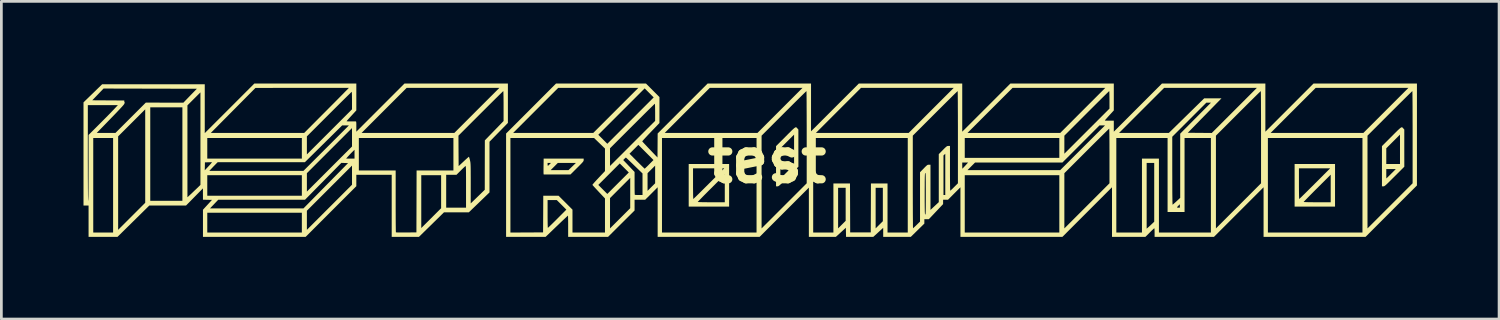
<source format=kicad_pcb>
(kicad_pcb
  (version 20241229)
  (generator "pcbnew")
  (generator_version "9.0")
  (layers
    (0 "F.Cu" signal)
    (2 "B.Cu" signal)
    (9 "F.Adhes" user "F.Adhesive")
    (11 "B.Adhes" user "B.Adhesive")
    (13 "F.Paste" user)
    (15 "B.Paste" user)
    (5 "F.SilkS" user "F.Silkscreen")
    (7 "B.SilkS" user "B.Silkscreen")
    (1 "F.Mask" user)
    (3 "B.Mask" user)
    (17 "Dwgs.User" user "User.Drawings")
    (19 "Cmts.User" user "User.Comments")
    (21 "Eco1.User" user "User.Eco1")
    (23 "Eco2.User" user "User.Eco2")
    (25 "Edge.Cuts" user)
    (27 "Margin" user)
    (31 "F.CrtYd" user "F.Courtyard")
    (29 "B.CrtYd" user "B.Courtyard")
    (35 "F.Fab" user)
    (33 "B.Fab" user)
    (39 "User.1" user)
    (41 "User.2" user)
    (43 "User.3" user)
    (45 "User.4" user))
  (footprint "test"
    (layer "F.Cu")
    (at 24.965 2.808)
    (property "Reference" "test" (at 0 0 0) (layer "F.SilkS") (effects (font (size 1.524 1.524) (thickness 0.3))))
    (attr board_only exclude_from_pos_files exclude_from_bom)
    (fp_poly (pts (xy -6.696 -0.015) (xy -6.697 0.001) (xy -6.701 0.017) (xy -6.71 0.035) (xy -6.727 0.058) (xy -6.753 0.088) (xy -6.791 0.128) (xy -6.843 0.181) (xy -6.91 0.249) (xy -6.937 0.275) (xy -7.177 0.514) (xy -7.667 0.514) (xy -8.157 0.514) (xy -8.161 0.484) (xy -8.163 0.462) (xy -8.163 0.419) (xy -8.163 0.358) (xy -8.163 0.356) (xy -7.902 0.356) (xy -7.252 0.356) (xy -6.979 0.093) (xy -7.639 0.092) (xy -7.77 0.224) (xy -7.902 0.356) (xy -8.163 0.356) (xy -8.163 0.284) (xy -8.162 0.203) (xy -8.162 0.194) (xy -8.161 0.145) (xy -8.014 0.145) (xy -8.012 0.178) (xy -8.006 0.196) (xy -8.004 0.198) (xy -7.989 0.189) (xy -7.964 0.167) (xy -7.942 0.145) (xy -7.89 0.092) (xy -8.014 0.092) (xy -8.014 0.145) (xy -8.161 0.145) (xy -8.158 -0.066) (xy -6.696 -0.066)) (stroke (width 0) (type solid)) (fill yes) (layer "F.SilkS"))
    (fp_poly (pts (xy -1.384 1.687) (xy -2.86 1.687) (xy -2.86 1.519) (xy -2.531 1.519) (xy -2.518 1.521) (xy -2.482 1.523) (xy -2.425 1.525) (xy -2.351 1.527) (xy -2.261 1.528) (xy -2.16 1.529) (xy -2.05 1.529) (xy -2.036 1.529) (xy -1.542 1.529) (xy -1.542 0.521) (xy -2.036 1.015) (xy -2.131 1.109) (xy -2.219 1.198) (xy -2.3 1.279) (xy -2.371 1.352) (xy -2.431 1.414) (xy -2.479 1.463) (xy -2.512 1.498) (xy -2.529 1.516) (xy -2.531 1.519) (xy -2.86 1.519) (xy -2.86 0.85) (xy -2.702 0.85) (xy -2.702 0.969) (xy -2.701 1.079) (xy -2.7 1.178) (xy -2.699 1.263) (xy -2.697 1.331) (xy -2.695 1.379) (xy -2.693 1.406) (xy -2.692 1.41) (xy -2.681 1.401) (xy -2.654 1.375) (xy -2.61 1.334) (xy -2.554 1.278) (xy -2.485 1.211) (xy -2.406 1.132) (xy -2.318 1.045) (xy -2.223 0.95) (xy -2.122 0.85) (xy -1.562 0.29) (xy -2.702 0.29) (xy -2.702 0.85) (xy -2.86 0.85) (xy -2.86 0.132) (xy -1.384 0.132)) (stroke (width 0) (type solid)) (fill yes) (layer "F.SilkS"))
    (fp_poly (pts (xy 20.747 1.687) (xy 19.271 1.687) (xy 19.271 1.519) (xy 19.6 1.519) (xy 19.613 1.521) (xy 19.649 1.523) (xy 19.706 1.525) (xy 19.78 1.527) (xy 19.87 1.528) (xy 19.971 1.529) (xy 20.081 1.529) (xy 20.095 1.529) (xy 20.589 1.529) (xy 20.589 0.521) (xy 20.095 1.015) (xy 20 1.109) (xy 19.912 1.198) (xy 19.832 1.279) (xy 19.76 1.352) (xy 19.7 1.414) (xy 19.652 1.463) (xy 19.619 1.498) (xy 19.602 1.516) (xy 19.6 1.519) (xy 19.271 1.519) (xy 19.271 0.85) (xy 19.429 0.85) (xy 19.429 0.969) (xy 19.43 1.079) (xy 19.431 1.178) (xy 19.432 1.263) (xy 19.434 1.331) (xy 19.436 1.379) (xy 19.438 1.406) (xy 19.439 1.41) (xy 19.45 1.401) (xy 19.478 1.375) (xy 19.521 1.334) (xy 19.577 1.278) (xy 19.646 1.211) (xy 19.726 1.132) (xy 19.813 1.045) (xy 19.909 0.95) (xy 20.009 0.85) (xy 20.569 0.29) (xy 19.429 0.29) (xy 19.429 0.85) (xy 19.271 0.85) (xy 19.271 0.132) (xy 20.747 0.132)) (stroke (width 0) (type solid)) (fill yes) (layer "F.SilkS"))
    (fp_poly (pts (xy 1.076 -1.203) (xy 1.09 -1.19) (xy 1.106 -1.172) (xy 1.116 -1.16) (xy 1.146 -1.127) (xy 1.146 -0.448) (xy 1.147 0.231) (xy 0.787 0.59) (xy 0.696 0.681) (xy 0.621 0.756) (xy 0.561 0.815) (xy 0.513 0.861) (xy 0.476 0.895) (xy 0.448 0.919) (xy 0.426 0.934) (xy 0.409 0.944) (xy 0.395 0.948) (xy 0.382 0.949) (xy 0.379 0.949) (xy 0.33 0.949) (xy 0.33 0.488) (xy 0.488 0.488) (xy 0.488 0.551) (xy 0.489 0.604) (xy 0.49 0.642) (xy 0.491 0.659) (xy 0.491 0.659) (xy 0.501 0.65) (xy 0.527 0.626) (xy 0.565 0.588) (xy 0.613 0.541) (xy 0.666 0.488) (xy 0.837 0.316) (xy 0.488 0.316) (xy 0.488 0.488) (xy 0.33 0.488) (xy 0.33 0.132) (xy 0.488 0.132) (xy 0.989 0.132) (xy 0.989 -0.942) (xy 0.488 -0.442) (xy 0.488 0.132) (xy 0.33 0.132) (xy 0.33 -0.521) (xy 0.685 -0.876) (xy 0.776 -0.968) (xy 0.851 -1.042) (xy 0.911 -1.102) (xy 0.959 -1.146) (xy 0.996 -1.178) (xy 1.024 -1.198) (xy 1.045 -1.208) (xy 1.062 -1.209)) (stroke (width 0) (type solid)) (fill yes) (layer "F.SilkS"))
    (fp_poly (pts (xy 23.207 -1.203) (xy 23.221 -1.19) (xy 23.237 -1.172) (xy 23.247 -1.16) (xy 23.277 -1.127) (xy 23.277 -0.448) (xy 23.278 0.231) (xy 22.919 0.59) (xy 22.827 0.681) (xy 22.752 0.756) (xy 22.692 0.815) (xy 22.644 0.861) (xy 22.607 0.895) (xy 22.579 0.919) (xy 22.557 0.934) (xy 22.54 0.944) (xy 22.526 0.948) (xy 22.513 0.949) (xy 22.51 0.949) (xy 22.461 0.949) (xy 22.461 0.488) (xy 22.619 0.488) (xy 22.619 0.551) (xy 22.62 0.604) (xy 22.621 0.642) (xy 22.622 0.659) (xy 22.622 0.659) (xy 22.632 0.65) (xy 22.658 0.626) (xy 22.696 0.588) (xy 22.744 0.541) (xy 22.797 0.488) (xy 22.968 0.316) (xy 22.619 0.316) (xy 22.619 0.488) (xy 22.461 0.488) (xy 22.461 0.132) (xy 22.619 0.132) (xy 23.12 0.132) (xy 23.12 -0.942) (xy 22.619 -0.442) (xy 22.619 0.132) (xy 22.461 0.132) (xy 22.461 -0.521) (xy 22.816 -0.876) (xy 22.907 -0.968) (xy 22.982 -1.042) (xy 23.043 -1.102) (xy 23.09 -1.146) (xy 23.127 -1.178) (xy 23.155 -1.198) (xy 23.176 -1.208) (xy 23.193 -1.209)) (stroke (width 0) (type solid)) (fill yes) (layer "F.SilkS"))
    (fp_poly (pts (xy -15 -1.826) (xy -15.178 -1.632) (xy -15.232 -1.573) (xy -15.28 -1.52) (xy -15.318 -1.477) (xy -15.344 -1.446) (xy -15.356 -1.431) (xy -15.356 -1.43) (xy -15.344 -1.427) (xy -15.31 -1.425) (xy -15.261 -1.424) (xy -15.208 -1.424) (xy -15.145 -1.424) (xy -15.089 -1.424) (xy -15.048 -1.424) (xy -15.03 -1.424) (xy -15.018 -1.423) (xy -15.01 -1.418) (xy -15.005 -1.404) (xy -15.002 -1.378) (xy -15 -1.336) (xy -15 -1.273) (xy -15 -1.236) (xy -15 -1.048) (xy -13.24 -2.808) (xy -9.464 -2.808) (xy -9.464 -1.368) (xy -9.8 -1.025) (xy -10.136 -0.681) (xy -10.136 1.17) (xy -10.513 1.534) (xy -10.891 1.898) (xy -11.799 1.898) (xy -12.256 2.346) (xy -12.713 2.794) (xy -13.708 2.794) (xy -13.708 0.527) (xy -15 0.527) (xy -15 0.943) (xy -15.926 1.868) (xy -16.852 2.794) (xy -20.602 2.794) (xy -20.602 2.636) (xy -20.444 2.636) (xy -16.99 2.636) (xy -16.99 2.537) (xy -16.806 2.537) (xy -15.982 1.714) (xy -15.158 0.89) (xy -15.158 0.369) (xy -14.908 0.369) (xy -13.563 0.369) (xy -13.563 1.494) (xy -13.563 1.664) (xy -13.563 1.826) (xy -13.562 1.979) (xy -13.562 2.12) (xy -13.561 2.248) (xy -13.56 2.361) (xy -13.559 2.456) (xy -13.558 2.533) (xy -13.557 2.588) (xy -13.555 2.62) (xy -13.554 2.628) (xy -13.539 2.63) (xy -13.501 2.632) (xy -13.444 2.633) (xy -13.371 2.634) (xy -13.284 2.634) (xy -13.189 2.633) (xy -13.175 2.633) (xy -12.805 2.63) (xy -12.805 2.471) (xy -12.628 2.471) (xy -12.265 2.109) (xy -11.903 1.747) (xy -11.903 1.727) (xy -11.718 1.727) (xy -10.993 1.727) (xy -10.993 0.962) (xy -10.993 0.801) (xy -10.993 0.664) (xy -10.994 0.549) (xy -10.994 0.455) (xy -10.995 0.38) (xy -10.996 0.321) (xy -10.998 0.277) (xy -11 0.246) (xy -11.002 0.225) (xy -11.005 0.213) (xy -11.009 0.209) (xy -11.014 0.208) (xy -11.016 0.21) (xy -11.033 0.223) (xy -11.064 0.252) (xy -11.107 0.292) (xy -11.157 0.341) (xy -11.191 0.375) (xy -11.342 0.527) (xy -11.718 0.527) (xy -11.718 1.727) (xy -11.903 1.727) (xy -11.903 0.54) (xy -12.628 0.54) (xy -12.628 2.471) (xy -12.805 2.471) (xy -12.802 1.499) (xy -12.799 0.369) (xy -11.454 0.369) (xy -11.454 -0.817) (xy -14.908 -0.817) (xy -14.908 0.369) (xy -15.158 0.369) (xy -15.158 0.191) (xy -15.982 1.015) (xy -16.806 1.839) (xy -16.806 2.537) (xy -16.99 2.537) (xy -16.99 1.911) (xy -20.444 1.911) (xy -20.444 2.636) (xy -20.602 2.636) (xy -20.602 1.804) (xy -20.556 1.753) (xy -20.344 1.753) (xy -16.93 1.753) (xy -16.116 0.926) (xy -15.302 0.099) (xy -15.424 0.095) (xy -15.547 0.091) (xy -16.874 1.437) (xy -20.043 1.437) (xy -20.121 1.519) (xy -20.17 1.57) (xy -20.223 1.626) (xy -20.27 1.675) (xy -20.272 1.677) (xy -20.344 1.753) (xy -20.556 1.753) (xy -20.437 1.623) (xy -20.272 1.443) (xy -20.437 1.44) (xy -20.602 1.436) (xy -20.602 1.292) (xy -20.444 1.292) (xy -16.99 1.292) (xy -16.99 1.14) (xy -16.806 1.14) (xy -15.982 0.316) (xy -15.6 -0.066) (xy -15.372 -0.066) (xy -15.066 -0.066) (xy -15.066 -0.388) (xy -15.153 -0.303) (xy -15.202 -0.253) (xy -15.254 -0.198) (xy -15.299 -0.149) (xy -15.306 -0.142) (xy -15.372 -0.066) (xy -15.6 -0.066) (xy -15.158 -0.507) (xy -15.158 -0.903) (xy -11.27 -0.903) (xy -11.267 -0.347) (xy -11.263 0.209) (xy -11.081 0.039) (xy -11.024 -0.015) (xy -10.973 -0.061) (xy -10.931 -0.098) (xy -10.903 -0.123) (xy -10.89 -0.132) (xy -10.889 -0.132) (xy -10.882 -0.12) (xy -10.871 -0.088) (xy -10.858 -0.041) (xy -10.85 -0.01) (xy -10.844 0.017) (xy -10.839 0.043) (xy -10.834 0.07) (xy -10.831 0.101) (xy -10.828 0.138) (xy -10.826 0.183) (xy -10.824 0.239) (xy -10.823 0.308) (xy -10.822 0.393) (xy -10.822 0.496) (xy -10.821 0.619) (xy -10.821 0.765) (xy -10.821 0.842) (xy -10.822 1.572) (xy -10.565 1.323) (xy -10.309 1.074) (xy -10.308 0.171) (xy -10.306 -0.732) (xy -9.964 -1.084) (xy -9.622 -1.437) (xy -9.622 -1.984) (xy -9.622 -2.101) (xy -9.623 -2.21) (xy -9.624 -2.307) (xy -9.626 -2.39) (xy -9.627 -2.456) (xy -9.629 -2.503) (xy -9.631 -2.528) (xy -9.632 -2.531) (xy -9.643 -2.522) (xy -9.671 -2.495) (xy -9.714 -2.453) (xy -9.773 -2.396) (xy -9.844 -2.325) (xy -9.928 -2.243) (xy -10.021 -2.15) (xy -10.124 -2.048) (xy -10.235 -1.937) (xy -10.352 -1.82) (xy -10.456 -1.717) (xy -11.27 -0.903) (xy -15.158 -0.903) (xy -15.158 -1.002) (xy -14.809 -1.002) (xy -11.421 -1.002) (xy -10.598 -1.826) (xy -9.774 -2.649) (xy -13.161 -2.649) (xy -13.985 -1.826) (xy -14.809 -1.002) (xy -15.158 -1.002) (xy -15.158 -1.18) (xy -15.982 -0.356) (xy -16.806 0.468) (xy -16.806 1.14) (xy -16.99 1.14) (xy -16.99 0.54) (xy -20.444 0.54) (xy -20.444 1.292) (xy -20.602 1.292) (xy -20.603 1.229) (xy -20.603 1.022) (xy -20.911 1.335) (xy -21.219 1.648) (xy -22.56 1.648) (xy -23.724 2.794) (xy -24.78 2.794) (xy -24.78 2.636) (xy -24.609 2.636) (xy -23.884 2.636) (xy -23.884 2.537) (xy -23.7 2.537) (xy -22.711 1.549) (xy -22.711 1.476) (xy -22.527 1.476) (xy -21.353 1.476) (xy -21.353 1.348) (xy -21.169 1.348) (xy -21.1 1.284) (xy -21.067 1.253) (xy -21.019 1.209) (xy -20.963 1.155) (xy -20.903 1.097) (xy -20.862 1.059) (xy -20.694 0.897) (xy -20.694 0.382) (xy -20.369 0.382) (xy -16.931 0.382) (xy -16.101 -0.448) (xy -15.27 -1.279) (xy -15.516 -1.279) (xy -16.878 0.066) (xy -18.471 0.066) (xy -20.063 0.066) (xy -20.113 0.115) (xy -20.143 0.146) (xy -20.185 0.189) (xy -20.233 0.238) (xy -20.266 0.274) (xy -20.369 0.382) (xy -20.694 0.382) (xy -20.694 0.362) (xy -20.536 0.362) (xy -20.431 0.25) (xy -20.386 0.202) (xy -20.345 0.157) (xy -20.313 0.121) (xy -20.298 0.102) (xy -20.27 0.065) (xy -20.4 0.069) (xy -20.53 0.072) (xy -20.533 0.217) (xy -20.536 0.362) (xy -20.694 0.362) (xy -20.694 -0.066) (xy -20.444 -0.066) (xy -16.99 -0.066) (xy -16.99 -0.218) (xy -16.806 -0.218) (xy -15.982 -1.041) (xy -15.158 -1.865) (xy -15.158 -2.185) (xy -15.159 -2.273) (xy -15.16 -2.353) (xy -15.161 -2.419) (xy -15.164 -2.468) (xy -15.166 -2.498) (xy -15.168 -2.504) (xy -15.179 -2.495) (xy -15.207 -2.469) (xy -15.25 -2.426) (xy -15.309 -2.369) (xy -15.38 -2.299) (xy -15.463 -2.217) (xy -15.557 -2.124) (xy -15.66 -2.021) (xy -15.771 -1.911) (xy -15.888 -1.794) (xy -15.992 -1.691) (xy -16.806 -0.877) (xy -16.806 -0.218) (xy -16.99 -0.218) (xy -16.99 -0.817) (xy -20.444 -0.817) (xy -20.444 -0.066) (xy -20.694 -0.066) (xy -20.694 -2.484) (xy -20.932 -2.247) (xy -21.169 -2.01) (xy -21.169 1.348) (xy -21.353 1.348) (xy -21.353 -1.938) (xy -22.527 -1.938) (xy -22.527 1.476) (xy -22.711 1.476) (xy -22.711 -1.865) (xy -23.205 -1.371) (xy -23.7 -0.877) (xy -23.7 2.537) (xy -23.884 2.537) (xy -23.884 -0.817) (xy -24.609 -0.817) (xy -24.609 2.636) (xy -24.78 2.636) (xy -24.78 1.648) (xy -24.965 1.648) (xy -24.965 -0.27) (xy -24.807 -0.27) (xy -24.807 0.016) (xy -24.806 0.277) (xy -24.806 0.513) (xy -24.805 0.723) (xy -24.804 0.907) (xy -24.803 1.066) (xy -24.802 1.199) (xy -24.801 1.306) (xy -24.799 1.388) (xy -24.797 1.443) (xy -24.795 1.472) (xy -24.794 1.476) (xy -24.791 1.463) (xy -24.789 1.424) (xy -24.787 1.358) (xy -24.785 1.267) (xy -24.784 1.15) (xy -24.782 1.008) (xy -24.782 0.84) (xy -24.781 0.648) (xy -24.781 0.43) (xy -24.78 0.273) (xy -24.78 -0.929) (xy -24.404 -1.305) (xy -24.314 -1.395) (xy -24.223 -1.487) (xy -24.134 -1.576) (xy -24.051 -1.66) (xy -23.977 -1.736) (xy -23.916 -1.8) (xy -23.869 -1.848) (xy -23.869 -1.849) (xy -23.71 -2.017) (xy -24.807 -2.017) (xy -24.807 -0.27) (xy -24.965 -0.27) (xy -24.965 -2.119) (xy -24.887 -2.195) (xy -24.645 -2.195) (xy -23.476 -2.188) (xy -23.476 -2.155) (xy -23.471 -2.13) (xy -23.463 -2.122) (xy -23.46 -2.112) (xy -23.467 -2.085) (xy -23.473 -2.07) (xy -23.479 -2.059) (xy -23.489 -2.043) (xy -23.505 -2.023) (xy -23.527 -1.997) (xy -23.557 -1.963) (xy -23.596 -1.921) (xy -23.644 -1.869) (xy -23.703 -1.807) (xy -23.773 -1.733) (xy -23.857 -1.646) (xy -23.955 -1.545) (xy -24.068 -1.428) (xy -24.197 -1.295) (xy -24.344 -1.144) (xy -24.351 -1.137) (xy -24.482 -1.002) (xy -23.799 -1.002) (xy -22.69 -2.11) (xy -22.003 -2.109) (xy -21.316 -2.109) (xy -21.071 -2.363) (xy -20.825 -2.616) (xy -24.233 -2.624) (xy -24.439 -2.409) (xy -24.645 -2.195) (xy -24.887 -2.195) (xy -24.624 -2.45) (xy -24.283 -2.781) (xy -20.536 -2.781) (xy -20.536 -0.995) (xy -20.53 -1.002) (xy -20.316 -1.002) (xy -16.905 -1.002) (xy -16.246 -1.664) (xy -16.131 -1.779) (xy -16.019 -1.892) (xy -15.91 -2.002) (xy -15.807 -2.105) (xy -15.711 -2.202) (xy -15.625 -2.289) (xy -15.551 -2.364) (xy -15.49 -2.425) (xy -15.445 -2.471) (xy -15.429 -2.488) (xy -15.271 -2.649) (xy -16.977 -2.648) (xy -18.684 -2.647) (xy -20.316 -1.002) (xy -20.53 -1.002) (xy -19.63 -1.901) (xy -18.724 -2.808) (xy -15 -2.808)) (stroke (width 0) (type solid)) (fill yes) (layer "F.SilkS"))
    (fp_poly (pts (xy -4.175 -2.56) (xy -3.928 -2.313) (xy -3.929 -1.364) (xy -4.245 -1.035) (xy -4.319 -0.958) (xy -4.386 -0.886) (xy -4.445 -0.823) (xy -4.494 -0.77) (xy -4.53 -0.729) (xy -4.552 -0.704) (xy -4.557 -0.696) (xy -4.548 -0.684) (xy -4.522 -0.655) (xy -4.483 -0.613) (xy -4.432 -0.559) (xy -4.372 -0.495) (xy -4.305 -0.424) (xy -4.277 -0.395) (xy -4 -0.105) (xy -3.997 -0.543) (xy -3.994 -0.982) (xy -3.974 -1.002) (xy -3.737 -1.002) (xy -0.349 -1.002) (xy 0.475 -1.826) (xy 1.298 -2.649) (xy -2.089 -2.649) (xy -2.913 -1.826) (xy -3.737 -1.002) (xy -3.974 -1.002) (xy -3.081 -1.895) (xy -2.168 -2.808) (xy 1.608 -2.808) (xy 1.608 -1.061) (xy 2.481 -1.934) (xy 3.355 -2.808) (xy 7.131 -2.808) (xy 7.131 -1.048) (xy 8.011 -1.928) (xy 8.891 -2.808) (xy 12.667 -2.808) (xy 12.667 -1.824) (xy 12.502 -1.644) (xy 12.45 -1.587) (xy 12.405 -1.536) (xy 12.369 -1.496) (xy 12.346 -1.468) (xy 12.338 -1.457) (xy 12.35 -1.454) (xy 12.384 -1.452) (xy 12.434 -1.451) (xy 12.495 -1.45) (xy 12.502 -1.45) (xy 12.667 -1.45) (xy 12.667 -1.048) (xy 14.427 -2.808) (xy 18.203 -2.808) (xy 18.203 -1.048) (xy 19.083 -1.928) (xy 19.963 -2.808) (xy 23.739 -2.808) (xy 23.739 0.916) (xy 22.8 1.855) (xy 21.861 2.794) (xy 18.137 2.794) (xy 18.137 2.636) (xy 18.295 2.636) (xy 21.749 2.636) (xy 21.749 2.485) (xy 21.933 2.485) (xy 22.757 1.661) (xy 23.581 0.837) (xy 23.581 -0.847) (xy 23.581 -1.055) (xy 23.581 -1.256) (xy 23.58 -1.448) (xy 23.58 -1.63) (xy 23.579 -1.799) (xy 23.579 -1.955) (xy 23.578 -2.095) (xy 23.577 -2.219) (xy 23.576 -2.324) (xy 23.575 -2.409) (xy 23.574 -2.473) (xy 23.573 -2.514) (xy 23.571 -2.531) (xy 23.571 -2.531) (xy 23.561 -2.522) (xy 23.533 -2.495) (xy 23.489 -2.453) (xy 23.431 -2.396) (xy 23.359 -2.325) (xy 23.276 -2.243) (xy 23.182 -2.15) (xy 23.079 -2.048) (xy 22.968 -1.937) (xy 22.851 -1.821) (xy 22.747 -1.717) (xy 21.933 -0.903) (xy 21.933 2.485) (xy 21.749 2.485) (xy 21.749 -0.817) (xy 18.295 -0.817) (xy 18.295 2.636) (xy 18.137 2.636) (xy 18.137 0.982) (xy 17.231 1.888) (xy 16.325 2.794) (xy 14.157 2.794) (xy 14.157 2.636) (xy 14.156 2.575) (xy 14.154 2.525) (xy 14.15 2.491) (xy 14.147 2.478) (xy 14.146 2.478) (xy 14.134 2.487) (xy 14.107 2.512) (xy 14.067 2.549) (xy 14.019 2.596) (xy 13.979 2.636) (xy 13.821 2.794) (xy 12.601 2.794) (xy 12.601 2.636) (xy 12.759 2.636) (xy 13.695 2.636) (xy 13.695 2.494) (xy 13.867 2.494) (xy 13.909 2.458) (xy 13.938 2.433) (xy 13.979 2.396) (xy 14.025 2.353) (xy 14.048 2.331) (xy 14.143 2.241) (xy 14.143 0.092) (xy 13.867 0.092) (xy 13.867 2.494) (xy 13.695 2.494) (xy 13.695 -0.066) (xy 14.315 -0.066) (xy 14.315 2.636) (xy 16.213 2.636) (xy 16.213 2.485) (xy 16.397 2.485) (xy 17.221 1.661) (xy 18.045 0.837) (xy 18.045 -0.847) (xy 18.045 -1.002) (xy 18.394 -1.002) (xy 21.782 -1.002) (xy 22.606 -1.826) (xy 23.429 -2.649) (xy 20.042 -2.649) (xy 19.218 -1.826) (xy 18.394 -1.002) (xy 18.045 -1.002) (xy 18.045 -1.055) (xy 18.045 -1.256) (xy 18.044 -1.448) (xy 18.044 -1.63) (xy 18.043 -1.799) (xy 18.042 -1.955) (xy 18.042 -2.095) (xy 18.041 -2.219) (xy 18.04 -2.324) (xy 18.039 -2.409) (xy 18.038 -2.473) (xy 18.036 -2.514) (xy 18.035 -2.531) (xy 18.035 -2.531) (xy 18.025 -2.522) (xy 17.997 -2.495) (xy 17.953 -2.453) (xy 17.895 -2.396) (xy 17.823 -2.325) (xy 17.74 -2.243) (xy 17.646 -2.15) (xy 17.543 -2.048) (xy 17.432 -1.937) (xy 17.315 -1.821) (xy 17.211 -1.717) (xy 16.397 -0.903) (xy 16.397 2.485) (xy 16.213 2.485) (xy 16.213 -0.817) (xy 15.251 -0.817) (xy 15.251 1.885) (xy 14.631 1.885) (xy 14.631 1.716) (xy 14.974 1.716) (xy 14.985 1.723) (xy 15.015 1.726) (xy 15.026 1.727) (xy 15.079 1.727) (xy 15.079 1.603) (xy 15.026 1.654) (xy 14.998 1.684) (xy 14.978 1.707) (xy 14.974 1.716) (xy 14.631 1.716) (xy 14.631 0.38) (xy 14.802 0.38) (xy 14.803 0.591) (xy 14.803 0.785) (xy 14.804 0.962) (xy 14.804 1.12) (xy 14.805 1.258) (xy 14.807 1.375) (xy 14.808 1.471) (xy 14.81 1.544) (xy 14.812 1.593) (xy 14.814 1.617) (xy 14.815 1.619) (xy 14.828 1.609) (xy 14.857 1.584) (xy 14.898 1.548) (xy 14.946 1.505) (xy 14.96 1.492) (xy 15.092 1.369) (xy 15.092 -0.976) (xy 15.655 -1.543) (xy 16.217 -2.109) (xy 16.048 -2.109) (xy 15.425 -1.486) (xy 14.802 -0.863) (xy 14.802 0.38) (xy 14.631 0.38) (xy 14.631 -0.817) (xy 12.759 -0.817) (xy 12.759 2.636) (xy 12.601 2.636) (xy 12.601 0.982) (xy 11.695 1.888) (xy 10.789 2.794) (xy 7.065 2.794) (xy 7.065 2.636) (xy 7.223 2.636) (xy 10.677 2.636) (xy 10.677 2.485) (xy 10.861 2.485) (xy 11.685 1.661) (xy 12.509 0.837) (xy 12.509 -0.161) (xy 12.509 -0.321) (xy 12.508 -0.473) (xy 12.508 -0.615) (xy 12.507 -0.745) (xy 12.506 -0.861) (xy 12.505 -0.96) (xy 12.504 -1.002) (xy 12.858 -1.002) (xy 13.768 -1.002) (xy 14.677 -1.002) (xy 15.323 -1.634) (xy 15.969 -2.267) (xy 16.285 -2.267) (xy 16.601 -2.267) (xy 16.501 -2.165) (xy 16.473 -2.136) (xy 16.428 -2.091) (xy 16.369 -2.03) (xy 16.298 -1.958) (xy 16.217 -1.875) (xy 16.128 -1.784) (xy 16.034 -1.687) (xy 15.935 -1.587) (xy 15.885 -1.536) (xy 15.37 -1.008) (xy 15.808 -1.005) (xy 16.245 -1.001) (xy 17.069 -1.825) (xy 17.893 -2.649) (xy 14.506 -2.649) (xy 13.682 -1.826) (xy 12.858 -1.002) (xy 12.504 -1.002) (xy 12.504 -1.042) (xy 12.502 -1.104) (xy 12.501 -1.144) (xy 12.499 -1.16) (xy 12.499 -1.16) (xy 12.488 -1.151) (xy 12.461 -1.124) (xy 12.417 -1.082) (xy 12.359 -1.025) (xy 12.287 -0.954) (xy 12.204 -0.872) (xy 12.11 -0.779) (xy 12.007 -0.677) (xy 11.896 -0.567) (xy 11.779 -0.45) (xy 11.675 -0.346) (xy 10.861 0.468) (xy 10.861 2.485) (xy 10.677 2.485) (xy 10.677 0.54) (xy 7.223 0.54) (xy 7.223 2.636) (xy 7.065 2.636) (xy 7.065 0.982) (xy 6.838 1.209) (xy 6.612 1.437) (xy 6.432 1.437) (xy 6.432 1.597) (xy 5.912 2.147) (xy 5.747 2.149) (xy 5.747 2.309) (xy 5.5 2.551) (xy 5.253 2.793) (xy 4.748 2.794) (xy 4.244 2.794) (xy 4.244 2.463) (xy 4.063 2.629) (xy 3.882 2.794) (xy 2.887 2.794) (xy 2.88 2.461) (xy 2.515 2.794) (xy 1.529 2.794) (xy 1.529 2.636) (xy 1.687 2.636) (xy 2.425 2.636) (xy 2.425 2.484) (xy 2.597 2.484) (xy 2.735 2.346) (xy 2.873 2.208) (xy 2.873 1.002) (xy 2.597 1.002) (xy 2.597 2.484) (xy 2.425 2.484) (xy 2.425 0.844) (xy 3.031 0.844) (xy 3.035 1.737) (xy 3.038 2.63) (xy 3.79 2.63) (xy 3.79 2.484) (xy 3.968 2.484) (xy 4.099 2.353) (xy 4.231 2.222) (xy 4.231 1.002) (xy 3.968 1.002) (xy 3.968 2.484) (xy 3.79 2.484) (xy 3.793 1.737) (xy 3.796 0.844) (xy 4.402 0.844) (xy 4.402 2.636) (xy 5.141 2.636) (xy 5.141 0.788) (xy 5.325 0.788) (xy 5.325 0.996) (xy 5.325 1.198) (xy 5.326 1.39) (xy 5.326 1.572) (xy 5.327 1.742) (xy 5.327 1.898) (xy 5.328 2.039) (xy 5.329 2.163) (xy 5.33 2.269) (xy 5.33 2.355) (xy 5.331 2.419) (xy 5.332 2.461) (xy 5.333 2.478) (xy 5.334 2.478) (xy 5.346 2.469) (xy 5.372 2.445) (xy 5.411 2.41) (xy 5.456 2.366) (xy 5.465 2.357) (xy 5.589 2.236) (xy 5.589 1.227) (xy 5.76 1.227) (xy 5.76 1.388) (xy 5.76 1.525) (xy 5.761 1.639) (xy 5.762 1.733) (xy 5.763 1.808) (xy 5.764 1.866) (xy 5.766 1.91) (xy 5.768 1.941) (xy 5.771 1.961) (xy 5.774 1.972) (xy 5.778 1.977) (xy 5.78 1.977) (xy 5.784 1.975) (xy 5.788 1.966) (xy 5.791 1.949) (xy 5.793 1.922) (xy 5.795 1.884) (xy 5.797 1.831) (xy 5.798 1.762) (xy 5.799 1.676) (xy 5.799 1.57) (xy 5.8 1.442) (xy 5.8 1.291) (xy 5.8 1.211) (xy 5.8 1.049) (xy 5.799 0.911) (xy 5.799 0.796) (xy 5.798 0.701) (xy 5.797 0.625) (xy 5.796 0.566) (xy 5.794 0.523) (xy 5.792 0.492) (xy 5.79 0.472) (xy 5.786 0.462) (xy 5.783 0.46) (xy 5.78 0.461) (xy 5.776 0.468) (xy 5.772 0.48) (xy 5.769 0.501) (xy 5.767 0.531) (xy 5.765 0.574) (xy 5.763 0.631) (xy 5.762 0.704) (xy 5.761 0.795) (xy 5.761 0.907) (xy 5.76 1.04) (xy 5.76 1.197) (xy 5.76 1.227) (xy 5.589 1.227) (xy 5.589 0.433) (xy 5.723 0.296) (xy 5.775 0.242) (xy 5.814 0.205) (xy 5.842 0.18) (xy 5.864 0.166) (xy 5.883 0.16) (xy 5.905 0.158) (xy 5.914 0.158) (xy 5.971 0.158) (xy 5.971 1.809) (xy 6.123 1.667) (xy 6.274 1.526) (xy 6.274 1.265) (xy 6.446 1.265) (xy 6.511 1.265) (xy 6.511 -0.242) (xy 6.479 -0.211) (xy 6.446 -0.18) (xy 6.446 1.265) (xy 6.274 1.265) (xy 6.274 -0.228) (xy 6.422 -0.378) (xy 6.477 -0.434) (xy 6.519 -0.474) (xy 6.549 -0.5) (xy 6.572 -0.516) (xy 6.591 -0.524) (xy 6.611 -0.527) (xy 6.626 -0.527) (xy 6.683 -0.527) (xy 6.683 0.29) (xy 6.683 0.434) (xy 6.683 0.57) (xy 6.684 0.696) (xy 6.685 0.809) (xy 6.686 0.907) (xy 6.687 0.988) (xy 6.689 1.05) (xy 6.691 1.09) (xy 6.692 1.107) (xy 6.692 1.107) (xy 6.705 1.098) (xy 6.732 1.074) (xy 6.771 1.038) (xy 6.817 0.992) (xy 6.837 0.972) (xy 6.973 0.837) (xy 6.973 0.356) (xy 7.323 0.356) (xy 9.016 0.356) (xy 10.71 0.355) (xy 11.528 -0.462) (xy 12.347 -1.279) (xy 12.146 -1.279) (xy 11.468 -0.6) (xy 10.789 0.079) (xy 7.598 0.079) (xy 7.461 0.217) (xy 7.323 0.356) (xy 6.973 0.356) (xy 6.973 0.191) (xy 7.131 0.191) (xy 7.132 0.242) (xy 7.133 0.28) (xy 7.135 0.301) (xy 7.136 0.303) (xy 7.146 0.294) (xy 7.17 0.269) (xy 7.205 0.232) (xy 7.243 0.191) (xy 7.344 0.079) (xy 7.131 0.079) (xy 7.131 0.191) (xy 6.973 0.191) (xy 6.973 -0.092) (xy 7.223 -0.092) (xy 10.677 -0.092) (xy 10.677 -0.244) (xy 10.861 -0.244) (xy 11.685 -1.068) (xy 12.509 -1.891) (xy 12.509 -2.211) (xy 12.508 -2.3) (xy 12.507 -2.379) (xy 12.506 -2.445) (xy 12.504 -2.495) (xy 12.501 -2.524) (xy 12.499 -2.531) (xy 12.488 -2.522) (xy 12.461 -2.495) (xy 12.417 -2.453) (xy 12.359 -2.396) (xy 12.287 -2.325) (xy 12.204 -2.243) (xy 12.11 -2.15) (xy 12.007 -2.048) (xy 11.896 -1.937) (xy 11.779 -1.821) (xy 11.675 -1.717) (xy 10.861 -0.903) (xy 10.861 -0.244) (xy 10.677 -0.244) (xy 10.677 -0.817) (xy 7.223 -0.817) (xy 7.223 -0.092) (xy 6.973 -0.092) (xy 6.973 -0.847) (xy 6.973 -1.002) (xy 7.322 -1.002) (xy 10.71 -1.002) (xy 11.533 -1.826) (xy 12.357 -2.649) (xy 8.97 -2.649) (xy 8.146 -1.826) (xy 7.322 -1.002) (xy 6.973 -1.002) (xy 6.973 -1.055) (xy 6.973 -1.256) (xy 6.972 -1.448) (xy 6.972 -1.629) (xy 6.971 -1.799) (xy 6.97 -1.954) (xy 6.97 -2.095) (xy 6.969 -2.219) (xy 6.968 -2.324) (xy 6.967 -2.409) (xy 6.966 -2.473) (xy 6.964 -2.514) (xy 6.963 -2.531) (xy 6.963 -2.531) (xy 6.952 -2.522) (xy 6.925 -2.495) (xy 6.881 -2.453) (xy 6.822 -2.396) (xy 6.751 -2.325) (xy 6.668 -2.243) (xy 6.574 -2.15) (xy 6.471 -2.048) (xy 6.36 -1.937) (xy 6.243 -1.821) (xy 6.139 -1.717) (xy 5.325 -0.903) (xy 5.325 0.788) (xy 5.141 0.788) (xy 5.141 -0.817) (xy 1.687 -0.817) (xy 1.687 2.636) (xy 1.529 2.636) (xy 1.529 0.995) (xy 0.629 1.895) (xy -0.27 2.794) (xy -3.994 2.794) (xy -3.994 2.636) (xy -3.836 2.636) (xy -0.382 2.636) (xy -0.382 2.485) (xy -0.198 2.485) (xy 1.45 0.837) (xy 1.45 -0.847) (xy 1.45 -1.002) (xy 1.786 -1.002) (xy 5.174 -1.002) (xy 5.997 -1.826) (xy 6.821 -2.649) (xy 3.434 -2.649) (xy 2.61 -1.826) (xy 1.786 -1.002) (xy 1.45 -1.002) (xy 1.45 -1.055) (xy 1.45 -1.256) (xy 1.449 -1.448) (xy 1.449 -1.63) (xy 1.448 -1.799) (xy 1.447 -1.955) (xy 1.447 -2.095) (xy 1.446 -2.219) (xy 1.445 -2.324) (xy 1.444 -2.409) (xy 1.443 -2.473) (xy 1.441 -2.514) (xy 1.44 -2.531) (xy 1.44 -2.531) (xy 1.429 -2.522) (xy 1.402 -2.495) (xy 1.358 -2.453) (xy 1.3 -2.396) (xy 1.228 -2.325) (xy 1.145 -2.243) (xy 1.051 -2.15) (xy 0.948 -2.048) (xy 0.837 -1.937) (xy 0.72 -1.821) (xy 0.616 -1.717) (xy -0.198 -0.903) (xy -0.198 2.485) (xy -0.382 2.485) (xy -0.382 -0.817) (xy -3.836 -0.817) (xy -3.836 2.636) (xy -3.994 2.636) (xy -3.994 0.982) (xy -4.221 1.21) (xy -4.449 1.437) (xy -4.837 1.437) (xy -4.837 1.831) (xy -5.322 2.312) (xy -5.806 2.794) (xy -6.535 2.794) (xy -7.263 2.794) (xy -7.263 2.406) (xy -7.263 2.307) (xy -7.264 2.218) (xy -7.265 2.142) (xy -7.266 2.08) (xy -7.268 2.038) (xy -7.269 2.018) (xy -7.27 2.017) (xy -7.281 2.026) (xy -7.308 2.051) (xy -7.351 2.091) (xy -7.407 2.143) (xy -7.474 2.206) (xy -7.549 2.278) (xy -7.632 2.358) (xy -7.682 2.405) (xy -8.087 2.794) (xy -8.808 2.794) (xy -9.53 2.794) (xy -9.53 2.636) (xy -9.372 2.636) (xy -8.775 2.633) (xy -8.179 2.63) (xy -8.175 1.961) (xy -8.175 1.957) (xy -8.014 1.957) (xy -8.014 2.07) (xy -8.013 2.174) (xy -8.012 2.267) (xy -8.011 2.345) (xy -8.009 2.406) (xy -8.007 2.446) (xy -8.005 2.464) (xy -8.004 2.465) (xy -7.993 2.456) (xy -7.965 2.43) (xy -7.923 2.39) (xy -7.869 2.338) (xy -7.805 2.275) (xy -7.733 2.204) (xy -7.661 2.132) (xy -7.329 1.799) (xy -7.503 1.624) (xy -7.678 1.45) (xy -8.014 1.45) (xy -8.014 1.957) (xy -8.175 1.957) (xy -8.172 1.292) (xy -7.612 1.292) (xy -7.358 1.545) (xy -7.105 1.799) (xy -7.105 2.636) (xy -5.918 2.636) (xy -5.918 2.484) (xy -5.734 2.484) (xy -5.365 2.116) (xy -4.996 1.747) (xy -4.996 0.639) (xy -5.734 1.377) (xy -5.734 2.484) (xy -5.918 2.484) (xy -5.918 1.39) (xy -6.146 1.148) (xy -6.208 1.081) (xy -6.264 1.021) (xy -6.312 0.969) (xy -6.348 0.929) (xy -6.371 0.903) (xy -6.376 0.896) (xy -6.162 0.896) (xy -5.997 1.061) (xy -5.833 1.226) (xy -5.441 0.834) (xy -5.048 0.442) (xy -5.213 0.277) (xy -5.378 0.112) (xy -6.162 0.896) (xy -6.376 0.896) (xy -6.377 0.895) (xy -6.37 0.882) (xy -6.347 0.854) (xy -6.31 0.811) (xy -6.262 0.758) (xy -6.205 0.696) (xy -6.15 0.637) (xy -5.918 0.391) (xy -5.918 0.204) (xy -5.734 0.204) (xy -5.517 -0.013) (xy -5.252 -0.013) (xy -5.186 0.056) (xy -5.152 0.091) (xy -5.106 0.139) (xy -5.053 0.196) (xy -4.997 0.254) (xy -4.979 0.274) (xy -4.837 0.422) (xy -4.837 0.835) (xy -4.837 0.937) (xy -4.836 1.03) (xy -4.835 1.111) (xy -4.834 1.178) (xy -4.832 1.226) (xy -4.83 1.252) (xy -4.829 1.257) (xy -4.813 1.26) (xy -4.776 1.263) (xy -4.725 1.265) (xy -4.684 1.265) (xy -4.547 1.265) (xy -4.547 1.113) (xy -4.363 1.113) (xy -4.225 0.975) (xy -4.086 0.837) (xy -4.086 0.192) (xy -4.225 0.33) (xy -4.363 0.467) (xy -4.363 1.113) (xy -4.547 1.113) (xy -4.547 0.477) (xy -4.845 0.189) (xy -4.918 0.118) (xy -4.986 0.053) (xy -5.045 -0.003) (xy -5.093 -0.049) (xy -5.129 -0.082) (xy -5.149 -0.1) (xy -5.152 -0.102) (xy -5.166 -0.096) (xy -5.191 -0.075) (xy -5.206 -0.059) (xy -5.252 -0.013) (xy -5.517 -0.013) (xy -5.285 -0.244) (xy -5.022 -0.244) (xy -4.749 0.03) (xy -4.679 0.099) (xy -4.616 0.162) (xy -4.561 0.216) (xy -4.516 0.259) (xy -4.485 0.289) (xy -4.47 0.302) (xy -4.468 0.303) (xy -4.457 0.294) (xy -4.431 0.27) (xy -4.392 0.233) (xy -4.344 0.186) (xy -4.304 0.145) (xy -4.146 -0.013) (xy -4.422 -0.29) (xy -4.699 -0.567) (xy -5.022 -0.244) (xy -5.285 -0.244) (xy -4.91 -0.62) (xy -4.086 -1.443) (xy -4.086 -1.756) (xy -4.087 -1.844) (xy -4.088 -1.922) (xy -4.089 -1.987) (xy -4.092 -2.036) (xy -4.094 -2.064) (xy -4.096 -2.069) (xy -4.107 -2.06) (xy -4.134 -2.034) (xy -4.178 -1.991) (xy -4.236 -1.934) (xy -4.308 -1.864) (xy -4.391 -1.782) (xy -4.485 -1.689) (xy -4.588 -1.586) (xy -4.699 -1.476) (xy -4.816 -1.359) (xy -4.92 -1.256) (xy -5.734 -0.442) (xy -5.734 0.204) (xy -5.918 0.204) (xy -5.918 -0.432) (xy -6.117 -0.625) (xy -6.316 -0.817) (xy -9.372 -0.817) (xy -9.372 2.636) (xy -9.53 2.636) (xy -9.53 -0.936) (xy -6.162 -0.936) (xy -5.997 -0.771) (xy -5.833 -0.606) (xy -4.139 -2.3) (xy -4.468 -2.63) (xy -6.162 -0.936) (xy -9.53 -0.936) (xy -9.53 -0.981) (xy -9.509 -1.002) (xy -9.273 -1.002) (xy -6.347 -1.002) (xy -5.523 -1.826) (xy -4.699 -2.649) (xy -7.625 -2.649) (xy -8.449 -1.826) (xy -9.273 -1.002) (xy -9.509 -1.002) (xy -8.617 -1.894) (xy -7.705 -2.808) (xy -4.422 -2.808)) (stroke (width 0) (type solid)) (fill yes) (layer "F.SilkS")))
  (gr_rect
    (start -3 -3)
    (end 51.704 8.602)
    (stroke (width 0.1) (type default))
    (fill no)
    (layer "Edge.Cuts")))
</source>
